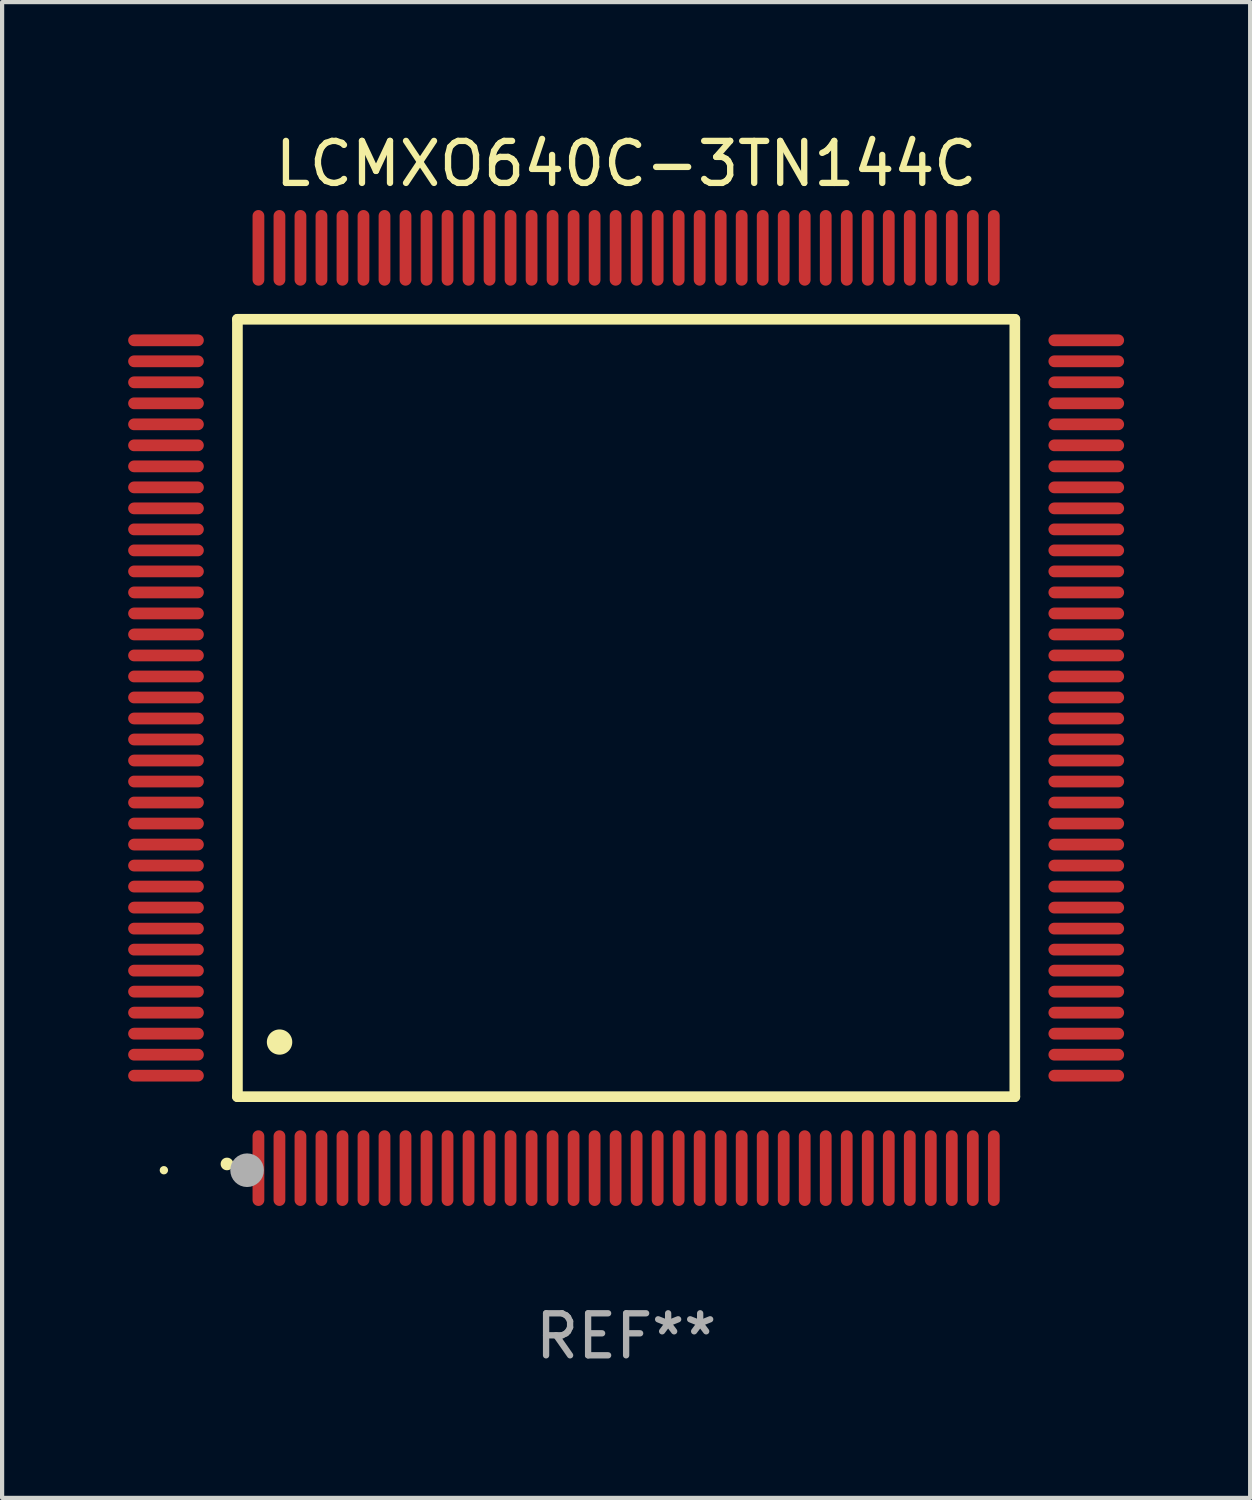
<source format=kicad_pcb>
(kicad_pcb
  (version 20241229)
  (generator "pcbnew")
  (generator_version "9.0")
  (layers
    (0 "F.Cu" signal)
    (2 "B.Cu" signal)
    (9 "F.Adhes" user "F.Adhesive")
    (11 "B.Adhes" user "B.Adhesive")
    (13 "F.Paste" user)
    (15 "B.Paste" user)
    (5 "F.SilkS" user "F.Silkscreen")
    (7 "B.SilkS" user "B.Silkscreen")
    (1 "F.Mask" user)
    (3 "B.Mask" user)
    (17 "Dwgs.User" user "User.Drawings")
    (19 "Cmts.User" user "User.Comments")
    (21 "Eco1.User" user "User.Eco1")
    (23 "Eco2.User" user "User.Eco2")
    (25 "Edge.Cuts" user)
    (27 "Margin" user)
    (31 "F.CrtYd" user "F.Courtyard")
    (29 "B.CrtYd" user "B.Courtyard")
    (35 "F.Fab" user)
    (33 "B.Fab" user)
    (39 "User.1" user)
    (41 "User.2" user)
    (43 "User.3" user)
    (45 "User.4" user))
  (footprint "LCMXO640C-3TN144C"
    (layer "F.Cu")
    (at 11.85 13.798)
    (property "Reference" "LCMXO640C-3TN144C" (at 0 -12.95 0) (layer "F.SilkS") (effects (font (size 1 1) (thickness 0.15))))
    (attr through_hole)
    (fp_line (start -9.25 -9.25) (end -9.25 9.25) (stroke (width 0.254) (type solid)) (layer "F.SilkS"))
    (fp_line (start -9.25 9.25) (end 9.25 9.25) (stroke (width 0.254) (type solid)) (layer "F.SilkS"))
    (fp_line (start 9.25 -9.25) (end -9.25 -9.25) (stroke (width 0.254) (type solid)) (layer "F.SilkS"))
    (fp_line (start 9.25 9.25) (end 9.25 -9.25) (stroke (width 0.254) (type solid)) (layer "F.SilkS"))
    (fp_arc (start -9.499619 10.850902) (mid -9.498349 10.850897) (end -9.497079 10.850902) (stroke (width 0.3) (type solid)) (layer "F.SilkS"))
    (fp_arc (start -8.249936 7.950216) (mid -8.247396 7.950205) (end -8.244856 7.950216) (stroke (width 0.6) (type solid)) (layer "F.SilkS"))
    (fp_circle (center -11 11) (end -10.95 11) (stroke (width 0.1) (type solid)) (fill no) (layer "F.SilkS"))
    (fp_circle (center -9.02 11) (end -8.82 11) (stroke (width 0.4) (type solid)) (fill no) (layer "F.Fab"))
    (fp_text user "REF**" (at 0 14.95 0) (layer "F.Fab") (effects (font (size 1 1) (thickness 0.15))))
    (pad "1" smd oval (at -8.75 10.95) (size 0.28 1.8) (layers "F.Cu" "F.Mask" "F.Paste"))
    (pad "2" smd oval (at -8.25 10.95) (size 0.28 1.8) (layers "F.Cu" "F.Mask" "F.Paste"))
    (pad "3" smd oval (at -7.75 10.95) (size 0.28 1.8) (layers "F.Cu" "F.Mask" "F.Paste"))
    (pad "4" smd oval (at -7.25 10.95) (size 0.28 1.8) (layers "F.Cu" "F.Mask" "F.Paste"))
    (pad "5" smd oval (at -6.75 10.95) (size 0.28 1.8) (layers "F.Cu" "F.Mask" "F.Paste"))
    (pad "6" smd oval (at -6.25 10.95) (size 0.28 1.8) (layers "F.Cu" "F.Mask" "F.Paste"))
    (pad "7" smd oval (at -5.75 10.95) (size 0.28 1.8) (layers "F.Cu" "F.Mask" "F.Paste"))
    (pad "8" smd oval (at -5.25 10.95) (size 0.28 1.8) (layers "F.Cu" "F.Mask" "F.Paste"))
    (pad "9" smd oval (at -4.75 10.95) (size 0.28 1.8) (layers "F.Cu" "F.Mask" "F.Paste"))
    (pad "10" smd oval (at -4.25 10.95) (size 0.28 1.8) (layers "F.Cu" "F.Mask" "F.Paste"))
    (pad "11" smd oval (at -3.75 10.95) (size 0.28 1.8) (layers "F.Cu" "F.Mask" "F.Paste"))
    (pad "12" smd oval (at -3.25 10.95) (size 0.28 1.8) (layers "F.Cu" "F.Mask" "F.Paste"))
    (pad "13" smd oval (at -2.75 10.95) (size 0.28 1.8) (layers "F.Cu" "F.Mask" "F.Paste"))
    (pad "14" smd oval (at -2.25 10.95) (size 0.28 1.8) (layers "F.Cu" "F.Mask" "F.Paste"))
    (pad "15" smd oval (at -1.75 10.95) (size 0.28 1.8) (layers "F.Cu" "F.Mask" "F.Paste"))
    (pad "16" smd oval (at -1.25 10.95) (size 0.28 1.8) (layers "F.Cu" "F.Mask" "F.Paste"))
    (pad "17" smd oval (at -0.75 10.95) (size 0.28 1.8) (layers "F.Cu" "F.Mask" "F.Paste"))
    (pad "18" smd oval (at -0.25 10.95) (size 0.28 1.8) (layers "F.Cu" "F.Mask" "F.Paste"))
    (pad "19" smd oval (at 0.25 10.95) (size 0.28 1.8) (layers "F.Cu" "F.Mask" "F.Paste"))
    (pad "20" smd oval (at 0.75 10.95) (size 0.28 1.8) (layers "F.Cu" "F.Mask" "F.Paste"))
    (pad "21" smd oval (at 1.25 10.95) (size 0.28 1.8) (layers "F.Cu" "F.Mask" "F.Paste"))
    (pad "22" smd oval (at 1.75 10.95) (size 0.28 1.8) (layers "F.Cu" "F.Mask" "F.Paste"))
    (pad "23" smd oval (at 2.25 10.95) (size 0.28 1.8) (layers "F.Cu" "F.Mask" "F.Paste"))
    (pad "24" smd oval (at 2.75 10.95) (size 0.28 1.8) (layers "F.Cu" "F.Mask" "F.Paste"))
    (pad "25" smd oval (at 3.25 10.95) (size 0.28 1.8) (layers "F.Cu" "F.Mask" "F.Paste"))
    (pad "26" smd oval (at 3.75 10.95) (size 0.28 1.8) (layers "F.Cu" "F.Mask" "F.Paste"))
    (pad "27" smd oval (at 4.25 10.95) (size 0.28 1.8) (layers "F.Cu" "F.Mask" "F.Paste"))
    (pad "28" smd oval (at 4.75 10.95) (size 0.28 1.8) (layers "F.Cu" "F.Mask" "F.Paste"))
    (pad "29" smd oval (at 5.25 10.95) (size 0.28 1.8) (layers "F.Cu" "F.Mask" "F.Paste"))
    (pad "30" smd oval (at 5.75 10.95) (size 0.28 1.8) (layers "F.Cu" "F.Mask" "F.Paste"))
    (pad "31" smd oval (at 6.25 10.95) (size 0.28 1.8) (layers "F.Cu" "F.Mask" "F.Paste"))
    (pad "32" smd oval (at 6.75 10.95) (size 0.28 1.8) (layers "F.Cu" "F.Mask" "F.Paste"))
    (pad "33" smd oval (at 7.25 10.95) (size 0.28 1.8) (layers "F.Cu" "F.Mask" "F.Paste"))
    (pad "34" smd oval (at 7.75 10.95) (size 0.28 1.8) (layers "F.Cu" "F.Mask" "F.Paste"))
    (pad "35" smd oval (at 8.25 10.95) (size 0.28 1.8) (layers "F.Cu" "F.Mask" "F.Paste"))
    (pad "36" smd oval (at 8.75 10.95) (size 0.28 1.8) (layers "F.Cu" "F.Mask" "F.Paste"))
    (pad "37" smd oval (at 10.95 8.75) (size 1.8 0.28) (layers "F.Cu" "F.Mask" "F.Paste"))
    (pad "38" smd oval (at 10.95 8.25) (size 1.8 0.28) (layers "F.Cu" "F.Mask" "F.Paste"))
    (pad "39" smd oval (at 10.95 7.75) (size 1.8 0.28) (layers "F.Cu" "F.Mask" "F.Paste"))
    (pad "40" smd oval (at 10.95 7.25) (size 1.8 0.28) (layers "F.Cu" "F.Mask" "F.Paste"))
    (pad "41" smd oval (at 10.95 6.75) (size 1.8 0.28) (layers "F.Cu" "F.Mask" "F.Paste"))
    (pad "42" smd oval (at 10.95 6.25) (size 1.8 0.28) (layers "F.Cu" "F.Mask" "F.Paste"))
    (pad "43" smd oval (at 10.95 5.75) (size 1.8 0.28) (layers "F.Cu" "F.Mask" "F.Paste"))
    (pad "44" smd oval (at 10.95 5.25) (size 1.8 0.28) (layers "F.Cu" "F.Mask" "F.Paste"))
    (pad "45" smd oval (at 10.95 4.75) (size 1.8 0.28) (layers "F.Cu" "F.Mask" "F.Paste"))
    (pad "46" smd oval (at 10.95 4.25) (size 1.8 0.28) (layers "F.Cu" "F.Mask" "F.Paste"))
    (pad "47" smd oval (at 10.95 3.75) (size 1.8 0.28) (layers "F.Cu" "F.Mask" "F.Paste"))
    (pad "48" smd oval (at 10.95 3.25) (size 1.8 0.28) (layers "F.Cu" "F.Mask" "F.Paste"))
    (pad "49" smd oval (at 10.95 2.75) (size 1.8 0.28) (layers "F.Cu" "F.Mask" "F.Paste"))
    (pad "50" smd oval (at 10.95 2.25) (size 1.8 0.28) (layers "F.Cu" "F.Mask" "F.Paste"))
    (pad "51" smd oval (at 10.95 1.75) (size 1.8 0.28) (layers "F.Cu" "F.Mask" "F.Paste"))
    (pad "52" smd oval (at 10.95 1.25) (size 1.8 0.28) (layers "F.Cu" "F.Mask" "F.Paste"))
    (pad "53" smd oval (at 10.95 0.75) (size 1.8 0.28) (layers "F.Cu" "F.Mask" "F.Paste"))
    (pad "54" smd oval (at 10.95 0.25) (size 1.8 0.28) (layers "F.Cu" "F.Mask" "F.Paste"))
    (pad "55" smd oval (at 10.95 -0.25) (size 1.8 0.28) (layers "F.Cu" "F.Mask" "F.Paste"))
    (pad "56" smd oval (at 10.95 -0.75) (size 1.8 0.28) (layers "F.Cu" "F.Mask" "F.Paste"))
    (pad "57" smd oval (at 10.95 -1.25) (size 1.8 0.28) (layers "F.Cu" "F.Mask" "F.Paste"))
    (pad "58" smd oval (at 10.95 -1.75) (size 1.8 0.28) (layers "F.Cu" "F.Mask" "F.Paste"))
    (pad "59" smd oval (at 10.95 -2.25) (size 1.8 0.28) (layers "F.Cu" "F.Mask" "F.Paste"))
    (pad "60" smd oval (at 10.95 -2.75) (size 1.8 0.28) (layers "F.Cu" "F.Mask" "F.Paste"))
    (pad "61" smd oval (at 10.95 -3.25) (size 1.8 0.28) (layers "F.Cu" "F.Mask" "F.Paste"))
    (pad "62" smd oval (at 10.95 -3.75) (size 1.8 0.28) (layers "F.Cu" "F.Mask" "F.Paste"))
    (pad "63" smd oval (at 10.95 -4.25) (size 1.8 0.28) (layers "F.Cu" "F.Mask" "F.Paste"))
    (pad "64" smd oval (at 10.95 -4.75) (size 1.8 0.28) (layers "F.Cu" "F.Mask" "F.Paste"))
    (pad "65" smd oval (at 10.95 -5.25) (size 1.8 0.28) (layers "F.Cu" "F.Mask" "F.Paste"))
    (pad "66" smd oval (at 10.95 -5.75) (size 1.8 0.28) (layers "F.Cu" "F.Mask" "F.Paste"))
    (pad "67" smd oval (at 10.95 -6.25) (size 1.8 0.28) (layers "F.Cu" "F.Mask" "F.Paste"))
    (pad "68" smd oval (at 10.95 -6.75) (size 1.8 0.28) (layers "F.Cu" "F.Mask" "F.Paste"))
    (pad "69" smd oval (at 10.95 -7.25) (size 1.8 0.28) (layers "F.Cu" "F.Mask" "F.Paste"))
    (pad "70" smd oval (at 10.95 -7.75) (size 1.8 0.28) (layers "F.Cu" "F.Mask" "F.Paste"))
    (pad "71" smd oval (at 10.95 -8.25) (size 1.8 0.28) (layers "F.Cu" "F.Mask" "F.Paste"))
    (pad "72" smd oval (at 10.95 -8.75) (size 1.8 0.28) (layers "F.Cu" "F.Mask" "F.Paste"))
    (pad "73" smd oval (at 8.75 -10.95) (size 0.28 1.8) (layers "F.Cu" "F.Mask" "F.Paste"))
    (pad "74" smd oval (at 8.25 -10.95) (size 0.28 1.8) (layers "F.Cu" "F.Mask" "F.Paste"))
    (pad "75" smd oval (at 7.75 -10.95) (size 0.28 1.8) (layers "F.Cu" "F.Mask" "F.Paste"))
    (pad "76" smd oval (at 7.25 -10.95) (size 0.28 1.8) (layers "F.Cu" "F.Mask" "F.Paste"))
    (pad "77" smd oval (at 6.75 -10.95) (size 0.28 1.8) (layers "F.Cu" "F.Mask" "F.Paste"))
    (pad "78" smd oval (at 6.25 -10.95) (size 0.28 1.8) (layers "F.Cu" "F.Mask" "F.Paste"))
    (pad "79" smd oval (at 5.75 -10.95) (size 0.28 1.8) (layers "F.Cu" "F.Mask" "F.Paste"))
    (pad "80" smd oval (at 5.25 -10.95) (size 0.28 1.8) (layers "F.Cu" "F.Mask" "F.Paste"))
    (pad "81" smd oval (at 4.75 -10.95) (size 0.28 1.8) (layers "F.Cu" "F.Mask" "F.Paste"))
    (pad "82" smd oval (at 4.25 -10.95) (size 0.28 1.8) (layers "F.Cu" "F.Mask" "F.Paste"))
    (pad "83" smd oval (at 3.75 -10.95) (size 0.28 1.8) (layers "F.Cu" "F.Mask" "F.Paste"))
    (pad "84" smd oval (at 3.25 -10.95) (size 0.28 1.8) (layers "F.Cu" "F.Mask" "F.Paste"))
    (pad "85" smd oval (at 2.75 -10.95) (size 0.28 1.8) (layers "F.Cu" "F.Mask" "F.Paste"))
    (pad "86" smd oval (at 2.25 -10.95) (size 0.28 1.8) (layers "F.Cu" "F.Mask" "F.Paste"))
    (pad "87" smd oval (at 1.75 -10.95) (size 0.28 1.8) (layers "F.Cu" "F.Mask" "F.Paste"))
    (pad "88" smd oval (at 1.25 -10.95) (size 0.28 1.8) (layers "F.Cu" "F.Mask" "F.Paste"))
    (pad "89" smd oval (at 0.75 -10.95) (size 0.28 1.8) (layers "F.Cu" "F.Mask" "F.Paste"))
    (pad "90" smd oval (at 0.25 -10.95) (size 0.28 1.8) (layers "F.Cu" "F.Mask" "F.Paste"))
    (pad "91" smd oval (at -0.25 -10.95) (size 0.28 1.8) (layers "F.Cu" "F.Mask" "F.Paste"))
    (pad "92" smd oval (at -0.75 -10.95) (size 0.28 1.8) (layers "F.Cu" "F.Mask" "F.Paste"))
    (pad "93" smd oval (at -1.25 -10.95) (size 0.28 1.8) (layers "F.Cu" "F.Mask" "F.Paste"))
    (pad "94" smd oval (at -1.75 -10.95) (size 0.28 1.8) (layers "F.Cu" "F.Mask" "F.Paste"))
    (pad "95" smd oval (at -2.25 -10.95) (size 0.28 1.8) (layers "F.Cu" "F.Mask" "F.Paste"))
    (pad "96" smd oval (at -2.75 -10.95) (size 0.28 1.8) (layers "F.Cu" "F.Mask" "F.Paste"))
    (pad "97" smd oval (at -3.25 -10.95) (size 0.28 1.8) (layers "F.Cu" "F.Mask" "F.Paste"))
    (pad "98" smd oval (at -3.75 -10.95) (size 0.28 1.8) (layers "F.Cu" "F.Mask" "F.Paste"))
    (pad "99" smd oval (at -4.25 -10.95) (size 0.28 1.8) (layers "F.Cu" "F.Mask" "F.Paste"))
    (pad "100" smd oval (at -4.75 -10.95) (size 0.28 1.8) (layers "F.Cu" "F.Mask" "F.Paste"))
    (pad "101" smd oval (at -5.25 -10.95) (size 0.28 1.8) (layers "F.Cu" "F.Mask" "F.Paste"))
    (pad "102" smd oval (at -5.75 -10.95) (size 0.28 1.8) (layers "F.Cu" "F.Mask" "F.Paste"))
    (pad "103" smd oval (at -6.25 -10.95) (size 0.28 1.8) (layers "F.Cu" "F.Mask" "F.Paste"))
    (pad "104" smd oval (at -6.75 -10.95) (size 0.28 1.8) (layers "F.Cu" "F.Mask" "F.Paste"))
    (pad "105" smd oval (at -7.25 -10.95) (size 0.28 1.8) (layers "F.Cu" "F.Mask" "F.Paste"))
    (pad "106" smd oval (at -7.75 -10.95) (size 0.28 1.8) (layers "F.Cu" "F.Mask" "F.Paste"))
    (pad "107" smd oval (at -8.25 -10.95) (size 0.28 1.8) (layers "F.Cu" "F.Mask" "F.Paste"))
    (pad "108" smd oval (at -8.75 -10.95) (size 0.28 1.8) (layers "F.Cu" "F.Mask" "F.Paste"))
    (pad "109" smd oval (at -10.95 -8.75) (size 1.8 0.28) (layers "F.Cu" "F.Mask" "F.Paste"))
    (pad "110" smd oval (at -10.95 -8.25) (size 1.8 0.28) (layers "F.Cu" "F.Mask" "F.Paste"))
    (pad "111" smd oval (at -10.95 -7.75) (size 1.8 0.28) (layers "F.Cu" "F.Mask" "F.Paste"))
    (pad "112" smd oval (at -10.95 -7.25) (size 1.8 0.28) (layers "F.Cu" "F.Mask" "F.Paste"))
    (pad "113" smd oval (at -10.95 -6.75) (size 1.8 0.28) (layers "F.Cu" "F.Mask" "F.Paste"))
    (pad "114" smd oval (at -10.95 -6.25) (size 1.8 0.28) (layers "F.Cu" "F.Mask" "F.Paste"))
    (pad "115" smd oval (at -10.95 -5.75) (size 1.8 0.28) (layers "F.Cu" "F.Mask" "F.Paste"))
    (pad "116" smd oval (at -10.95 -5.25) (size 1.8 0.28) (layers "F.Cu" "F.Mask" "F.Paste"))
    (pad "117" smd oval (at -10.95 -4.75) (size 1.8 0.28) (layers "F.Cu" "F.Mask" "F.Paste"))
    (pad "118" smd oval (at -10.95 -4.25) (size 1.8 0.28) (layers "F.Cu" "F.Mask" "F.Paste"))
    (pad "119" smd oval (at -10.95 -3.75) (size 1.8 0.28) (layers "F.Cu" "F.Mask" "F.Paste"))
    (pad "120" smd oval (at -10.95 -3.25) (size 1.8 0.28) (layers "F.Cu" "F.Mask" "F.Paste"))
    (pad "121" smd oval (at -10.95 -2.75) (size 1.8 0.28) (layers "F.Cu" "F.Mask" "F.Paste"))
    (pad "122" smd oval (at -10.95 -2.25) (size 1.8 0.28) (layers "F.Cu" "F.Mask" "F.Paste"))
    (pad "123" smd oval (at -10.95 -1.75) (size 1.8 0.28) (layers "F.Cu" "F.Mask" "F.Paste"))
    (pad "124" smd oval (at -10.95 -1.25) (size 1.8 0.28) (layers "F.Cu" "F.Mask" "F.Paste"))
    (pad "125" smd oval (at -10.95 -0.75) (size 1.8 0.28) (layers "F.Cu" "F.Mask" "F.Paste"))
    (pad "126" smd oval (at -10.95 -0.25) (size 1.8 0.28) (layers "F.Cu" "F.Mask" "F.Paste"))
    (pad "127" smd oval (at -10.95 0.25) (size 1.8 0.28) (layers "F.Cu" "F.Mask" "F.Paste"))
    (pad "128" smd oval (at -10.95 0.75) (size 1.8 0.28) (layers "F.Cu" "F.Mask" "F.Paste"))
    (pad "129" smd oval (at -10.95 1.25) (size 1.8 0.28) (layers "F.Cu" "F.Mask" "F.Paste"))
    (pad "130" smd oval (at -10.95 1.75) (size 1.8 0.28) (layers "F.Cu" "F.Mask" "F.Paste"))
    (pad "131" smd oval (at -10.95 2.25) (size 1.8 0.28) (layers "F.Cu" "F.Mask" "F.Paste"))
    (pad "132" smd oval (at -10.95 2.75) (size 1.8 0.28) (layers "F.Cu" "F.Mask" "F.Paste"))
    (pad "133" smd oval (at -10.95 3.25) (size 1.8 0.28) (layers "F.Cu" "F.Mask" "F.Paste"))
    (pad "134" smd oval (at -10.95 3.75) (size 1.8 0.28) (layers "F.Cu" "F.Mask" "F.Paste"))
    (pad "135" smd oval (at -10.95 4.25) (size 1.8 0.28) (layers "F.Cu" "F.Mask" "F.Paste"))
    (pad "136" smd oval (at -10.95 4.75) (size 1.8 0.28) (layers "F.Cu" "F.Mask" "F.Paste"))
    (pad "137" smd oval (at -10.95 5.25) (size 1.8 0.28) (layers "F.Cu" "F.Mask" "F.Paste"))
    (pad "138" smd oval (at -10.95 5.75) (size 1.8 0.28) (layers "F.Cu" "F.Mask" "F.Paste"))
    (pad "139" smd oval (at -10.95 6.25) (size 1.8 0.28) (layers "F.Cu" "F.Mask" "F.Paste"))
    (pad "140" smd oval (at -10.95 6.75) (size 1.8 0.28) (layers "F.Cu" "F.Mask" "F.Paste"))
    (pad "141" smd oval (at -10.95 7.25) (size 1.8 0.28) (layers "F.Cu" "F.Mask" "F.Paste"))
    (pad "142" smd oval (at -10.95 7.75) (size 1.8 0.28) (layers "F.Cu" "F.Mask" "F.Paste"))
    (pad "143" smd oval (at -10.95 8.25) (size 1.8 0.28) (layers "F.Cu" "F.Mask" "F.Paste"))
    (pad "144" smd oval (at -10.95 8.75) (size 1.8 0.28) (layers "F.Cu" "F.Mask" "F.Paste")))
  (gr_rect
    (start -3 -3)
    (end 26.7 32.596)
    (stroke (width 0.1) (type default))
    (fill no)
    (layer "Edge.Cuts")))
</source>
